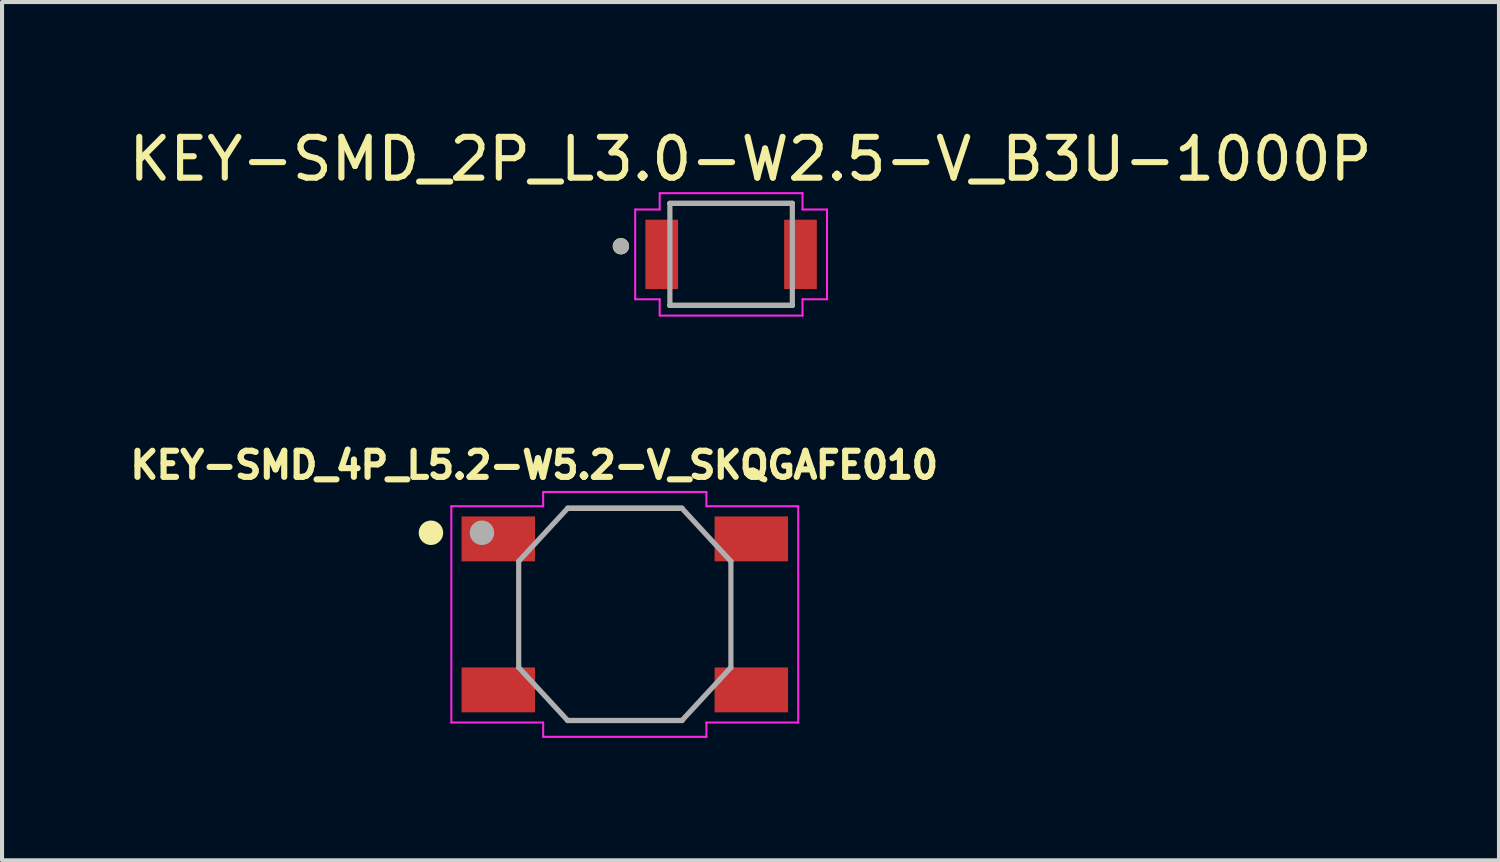
<source format=kicad_pcb>
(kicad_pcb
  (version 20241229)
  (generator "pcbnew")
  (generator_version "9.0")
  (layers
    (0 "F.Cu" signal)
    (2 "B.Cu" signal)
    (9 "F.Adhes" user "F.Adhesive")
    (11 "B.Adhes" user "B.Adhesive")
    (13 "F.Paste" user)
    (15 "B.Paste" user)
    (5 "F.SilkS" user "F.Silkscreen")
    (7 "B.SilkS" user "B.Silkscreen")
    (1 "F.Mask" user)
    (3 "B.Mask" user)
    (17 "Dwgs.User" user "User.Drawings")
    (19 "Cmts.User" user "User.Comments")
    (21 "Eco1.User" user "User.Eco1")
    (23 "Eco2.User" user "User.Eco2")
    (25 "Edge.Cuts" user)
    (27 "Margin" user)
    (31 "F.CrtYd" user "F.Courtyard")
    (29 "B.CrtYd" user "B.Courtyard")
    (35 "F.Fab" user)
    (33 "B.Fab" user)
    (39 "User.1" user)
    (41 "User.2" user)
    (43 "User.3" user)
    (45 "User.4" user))
  (footprint "KEY-SMD_4P_L5.2-W5.2-V_SKQGAFE010"
    (layer "F.Cu")
    (at 12.259 12.004)
    (property "Reference" "KEY-SMD_4P_L5.2-W5.2-V_SKQGAFE010" (at -2.219 -3.658 0) (layer "F.SilkS") (effects (font (size 0.64 0.64) (thickness 0.15))))
    (attr smd)
    (fp_line (start -1.4 -2.6) (end 1.4 -2.6) (stroke (width 0.127) (type solid)) (layer "F.SilkS"))
    (fp_line (start -1.4 2.6) (end 1.4 2.6) (stroke (width 0.127) (type solid)) (layer "F.SilkS"))
    (fp_circle (center -4.75 -2) (end -4.6 -2) (stroke (width 0.3) (type solid)) (fill no) (layer "F.SilkS"))
    (fp_line (start -4.25 -2.65) (end -2 -2.65) (stroke (width 0.05) (type solid)) (layer "F.CrtYd"))
    (fp_line (start -4.25 2.65) (end -4.25 -2.65) (stroke (width 0.05) (type solid)) (layer "F.CrtYd"))
    (fp_line (start -2 -3) (end 2 -3) (stroke (width 0.05) (type solid)) (layer "F.CrtYd"))
    (fp_line (start -2 -2.65) (end -2 -3) (stroke (width 0.05) (type solid)) (layer "F.CrtYd"))
    (fp_line (start -2 2.65) (end -4.25 2.65) (stroke (width 0.05) (type solid)) (layer "F.CrtYd"))
    (fp_line (start -2 3) (end -2 2.65) (stroke (width 0.05) (type solid)) (layer "F.CrtYd"))
    (fp_line (start 2 -3) (end 2 -2.65) (stroke (width 0.05) (type solid)) (layer "F.CrtYd"))
    (fp_line (start 2 -2.65) (end 4.25 -2.65) (stroke (width 0.05) (type solid)) (layer "F.CrtYd"))
    (fp_line (start 2 2.65) (end 2 3) (stroke (width 0.05) (type solid)) (layer "F.CrtYd"))
    (fp_line (start 2 3) (end -2 3) (stroke (width 0.05) (type solid)) (layer "F.CrtYd"))
    (fp_line (start 4.25 -2.65) (end 4.25 2.65) (stroke (width 0.05) (type solid)) (layer "F.CrtYd"))
    (fp_line (start 4.25 2.65) (end 2 2.65) (stroke (width 0.05) (type solid)) (layer "F.CrtYd"))
    (fp_line (start -2.6 -1.3) (end -1.4 -2.6) (stroke (width 0.127) (type solid)) (layer "F.Fab"))
    (fp_line (start -2.6 1.3) (end -2.6 -1.3) (stroke (width 0.127) (type solid)) (layer "F.Fab"))
    (fp_line (start -1.4 -2.6) (end 1.4 -2.6) (stroke (width 0.127) (type solid)) (layer "F.Fab"))
    (fp_line (start -1.4 2.6) (end -2.6 1.3) (stroke (width 0.127) (type solid)) (layer "F.Fab"))
    (fp_line (start 1.4 -2.6) (end 2.6 -1.3) (stroke (width 0.127) (type solid)) (layer "F.Fab"))
    (fp_line (start 1.4 2.6) (end -1.4 2.6) (stroke (width 0.127) (type solid)) (layer "F.Fab"))
    (fp_line (start 2.6 -1.3) (end 2.6 1.3) (stroke (width 0.127) (type solid)) (layer "F.Fab"))
    (fp_line (start 2.6 1.3) (end 1.4 2.6) (stroke (width 0.127) (type solid)) (layer "F.Fab"))
    (fp_circle (center -3.5 -2) (end -3.35 -2) (stroke (width 0.3) (type solid)) (fill no) (layer "F.Fab"))
    (pad "1" smd rect (at -3.1 -1.85) (size 1.8 1.1) (layers "F.Cu" "F.Mask" "F.Paste"))
    (pad "2" smd rect (at 3.1 -1.85) (size 1.8 1.1) (layers "F.Cu" "F.Mask" "F.Paste"))
    (pad "3" smd rect (at -3.1 1.85) (size 1.8 1.1) (layers "F.Cu" "F.Mask" "F.Paste"))
    (pad "4" smd rect (at 3.1 1.85) (size 1.8 1.1) (layers "F.Cu" "F.Mask" "F.Paste"))
    (zone (net_name "") (layer "F.Cu") (hatch full 0.508) (connect_pads) (min_thickness 0.001) (filled_areas_thickness no) (keepout (tracks not_allowed) (vias not_allowed) (pads not_allowed) (copperpour not_allowed) (footprints allowed)) (placement (enabled no)) (fill) (polygon (pts (xy 8.259 10.704) (xy 11.259 10.704) (xy 11.259 13.304) (xy 8.259 13.304))))
    (zone (net_name "") (layer "F.Cu") (hatch full 0.508) (connect_pads) (min_thickness 0.001) (filled_areas_thickness no) (keepout (tracks not_allowed) (vias not_allowed) (pads not_allowed) (copperpour not_allowed) (footprints allowed)) (placement (enabled no)) (fill) (polygon (pts (xy 13.259 10.704) (xy 16.259 10.704) (xy 16.259 13.304) (xy 13.259 13.304)))))
  (footprint "KEY-SMD_2P_L3.0-W2.5-V_B3U-1000P"
    (layer "F.Cu")
    (at 14.864 3.183)
    (property "Reference" "KEY-SMD_2P_L3.0-W2.5-V_B3U-1000P" (at 0.475 -2.335 0) (layer "F.SilkS") (effects (font (size 1 1) (thickness 0.15))))
    (attr smd)
    (fp_line (start -1.5 -1.25) (end 1.5 -1.25) (stroke (width 0.127) (type solid)) (layer "F.SilkS"))
    (fp_line (start -1.5 1.25) (end 1.5 1.25) (stroke (width 0.127) (type solid)) (layer "F.SilkS"))
    (fp_circle (center -2.7 -0.2) (end -2.6 -0.2) (stroke (width 0.2) (type solid)) (fill no) (layer "F.SilkS"))
    (fp_line (start -2.35 -1.1) (end -1.75 -1.1) (stroke (width 0.05) (type solid)) (layer "F.CrtYd"))
    (fp_line (start -2.35 1.1) (end -2.35 -1.1) (stroke (width 0.05) (type solid)) (layer "F.CrtYd"))
    (fp_line (start -1.75 -1.5) (end 1.75 -1.5) (stroke (width 0.05) (type solid)) (layer "F.CrtYd"))
    (fp_line (start -1.75 -1.1) (end -1.75 -1.5) (stroke (width 0.05) (type solid)) (layer "F.CrtYd"))
    (fp_line (start -1.75 1.1) (end -2.35 1.1) (stroke (width 0.05) (type solid)) (layer "F.CrtYd"))
    (fp_line (start -1.75 1.5) (end -1.75 1.1) (stroke (width 0.05) (type solid)) (layer "F.CrtYd"))
    (fp_line (start 1.75 -1.5) (end 1.75 -1.1) (stroke (width 0.05) (type solid)) (layer "F.CrtYd"))
    (fp_line (start 1.75 -1.1) (end 2.35 -1.1) (stroke (width 0.05) (type solid)) (layer "F.CrtYd"))
    (fp_line (start 1.75 1.1) (end 1.75 1.5) (stroke (width 0.05) (type solid)) (layer "F.CrtYd"))
    (fp_line (start 1.75 1.5) (end -1.75 1.5) (stroke (width 0.05) (type solid)) (layer "F.CrtYd"))
    (fp_line (start 2.35 -1.1) (end 2.35 1.1) (stroke (width 0.05) (type solid)) (layer "F.CrtYd"))
    (fp_line (start 2.35 1.1) (end 1.75 1.1) (stroke (width 0.05) (type solid)) (layer "F.CrtYd"))
    (fp_line (start -1.5 1.25) (end -1.5 -1.25) (stroke (width 0.127) (type solid)) (layer "F.Fab"))
    (fp_line (start 1.5 -1.25) (end -1.5 -1.25) (stroke (width 0.127) (type solid)) (layer "F.Fab"))
    (fp_line (start 1.5 -1.25) (end 1.5 1.25) (stroke (width 0.127) (type solid)) (layer "F.Fab"))
    (fp_line (start 1.5 1.25) (end -1.5 1.25) (stroke (width 0.127) (type solid)) (layer "F.Fab"))
    (fp_circle (center -2.7 -0.2) (end -2.6 -0.2) (stroke (width 0.2) (type solid)) (fill no) (layer "F.Fab"))
    (pad "1" smd rect (at -1.7 0 90) (size 1.7 0.8) (layers "F.Cu" "F.Mask" "F.Paste"))
    (pad "2" smd rect (at 1.7 0 90) (size 1.7 0.8) (layers "F.Cu" "F.Mask" "F.Paste")))
  (gr_rect
    (start -3 -3)
    (end 33.679 18.029)
    (stroke (width 0.1) (type default))
    (fill no)
    (layer "Edge.Cuts")))
</source>
